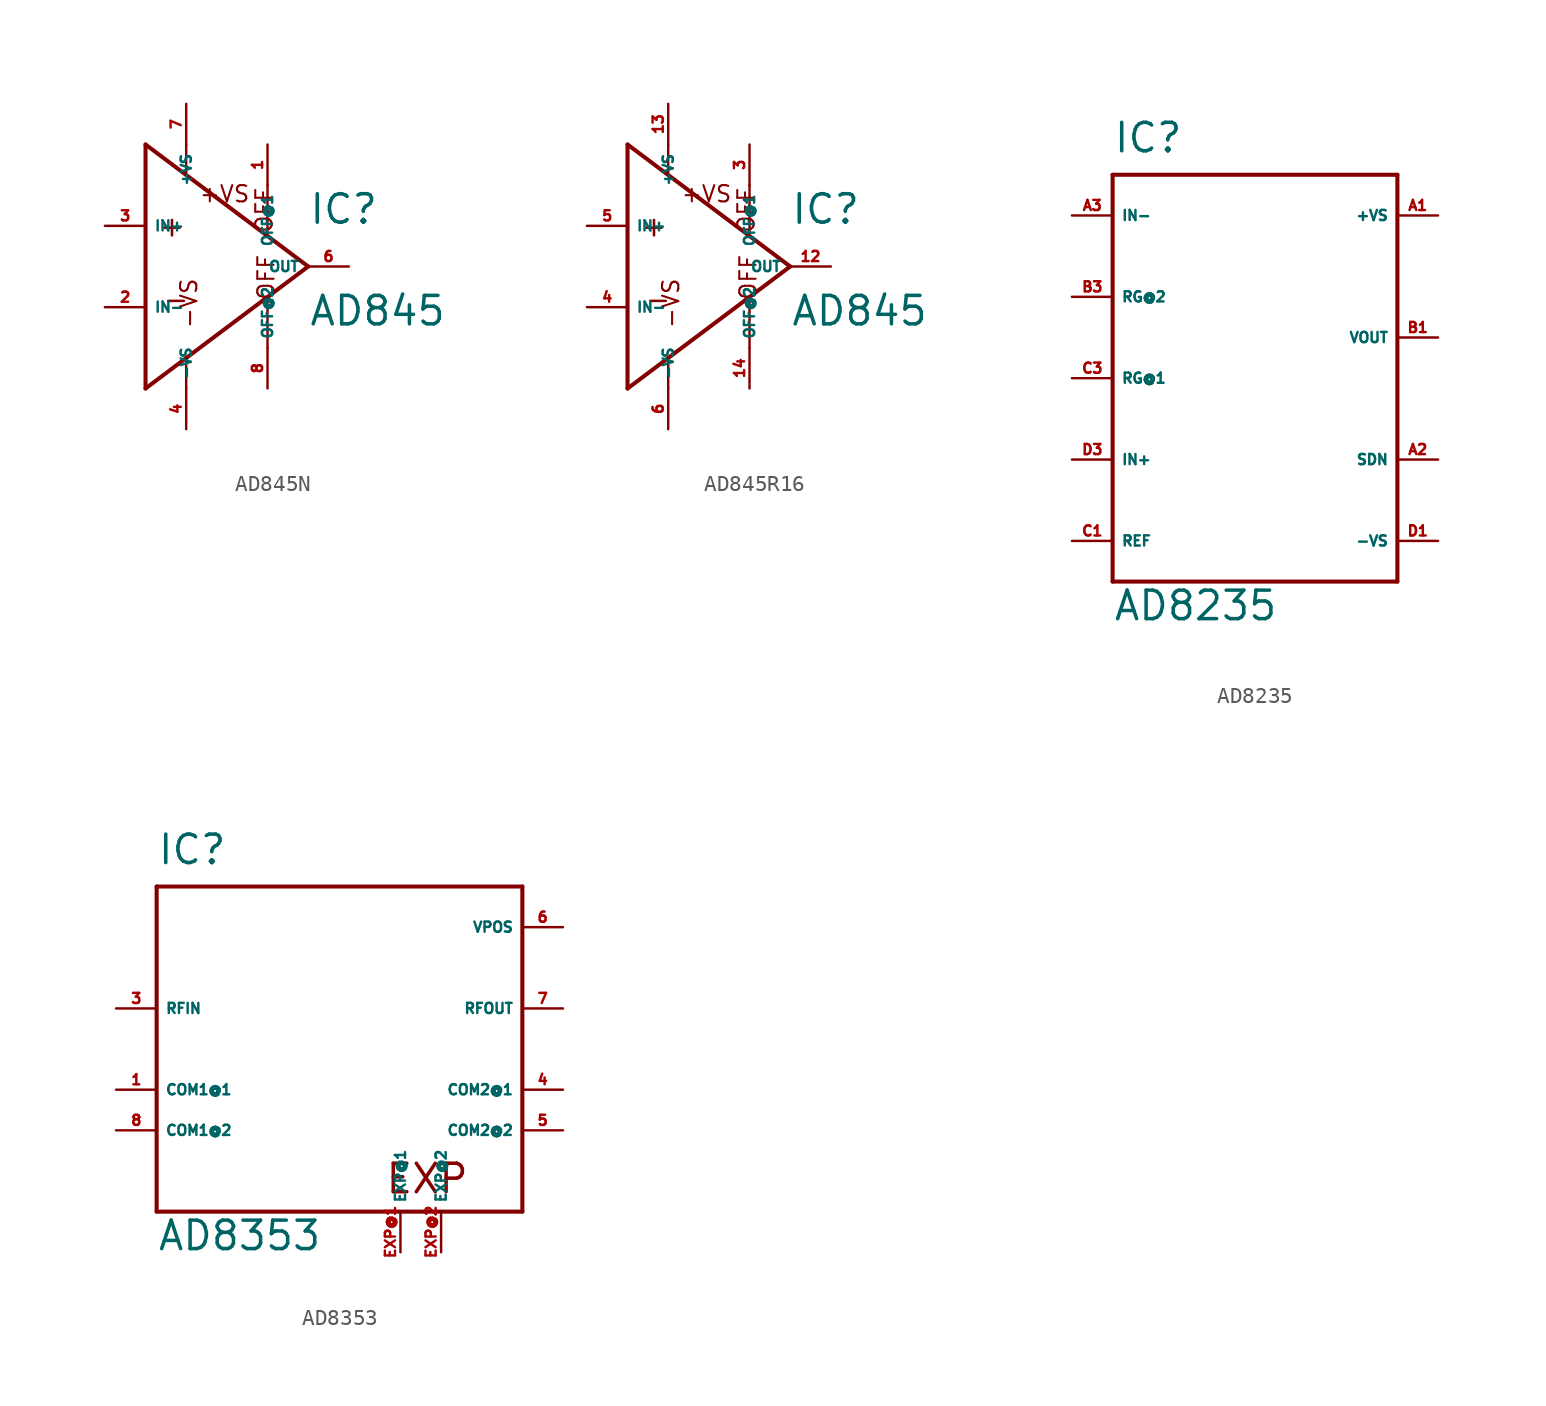
<source format=kicad_sym>
(kicad_symbol_lib
  (version 20220914)
  (generator Eagle2Kicad)
  (symbol "AD845N"
    (property "Reference" "IC"
      (at 7.62 2.54 0)
      (effects (font (size 1.778 1.778) (thickness 0.22)) (justify left bottom)))
    (property "Value" "AD845"
      (at 7.62 -3.81 0)
      (effects (font (size 1.778 1.778) (thickness 0.22)) (justify left bottom)))
    (polyline
      (pts (xy -2.54 7.62) (xy -2.54 -7.62))
      (stroke (width 0.254) (type default))
      (fill (type none)))
    (polyline
      (pts (xy -2.54 -7.62) (xy 7.62 0))
      (stroke (width 0.254) (type default))
      (fill (type none)))
    (polyline
      (pts (xy 7.62 0) (xy -2.54 7.62))
      (stroke (width 0.254) (type default))
      (fill (type none)))
    (polyline
      (pts (xy 5.08 5.08) (xy 5.08 2.032))
      (stroke (width 0.152) (type default))
      (fill (type none)))
    (polyline
      (pts (xy 5.08 -5.08) (xy 5.08 -2.032))
      (stroke (width 0.152) (type default))
      (fill (type none)))
    (polyline
      (pts (xy 0 5.842) (xy 0 7.62))
      (stroke (width 0.152) (type default))
      (fill (type none)))
    (polyline
      (pts (xy 0 -7.62) (xy 0 -5.842))
      (stroke (width 0.152) (type default))
      (fill (type none)))
    (text "+"
      (at -1.778 1.778 0)
      (effects (font (size 1.27 1.27) (thickness 0.16)) (justify left bottom)))
    (text "-"
      (at -1.524 -2.794 0)
      (effects (font (size 1.27 1.27) (thickness 0.16)) (justify left bottom)))
    (text "+VS"
      (at 0.762 3.937 0)
      (effects (font (size 1.016 1.016) (thickness 0.13)) (justify left bottom mirror)))
    (text "-VS"
      (at 0.762 -3.937 1800)
      (effects (font (size 1.016 1.016) (thickness 0.13)) (justify left bottom)))
    (text "OFF"
      (at 5.588 -2.159 2700)
      (effects (font (size 1.016 1.016) (thickness 0.13)) (justify left bottom)))
    (text "OFF"
      (at 5.461 2.032 900)
      (effects (font (size 1.016 1.016) (thickness 0.13)) (justify left bottom mirror)))
    (pin input line
      (at -5.08 2.54 0)
      (length 2.54)
      (name "IN+" (effects (font (size 0.635 0.635) (thickness 0.08)) (justify left bottom)))
      (number "3" (effects (font (size 0.635 0.635) (thickness 0.08)) (justify left bottom))))
    (pin input line
      (at -5.08 -2.54 0)
      (length 2.54)
      (name "IN-" (effects (font (size 0.635 0.635) (thickness 0.08)) (justify left bottom)))
      (number "2" (effects (font (size 0.635 0.635) (thickness 0.08)) (justify left bottom))))
    (pin output line
      (at 10.16 0 180)
      (length 2.54)
      (name "OUT" (effects (font (size 0.635 0.635) (thickness 0.08)) (justify left bottom)))
      (number "6" (effects (font (size 0.635 0.635) (thickness 0.08)) (justify left bottom))))
    (pin input line
      (at 0 -10.16 90)
      (length 2.54)
      (name "-VS" (effects (font (size 0.635 0.635) (thickness 0.08)) (justify left bottom)))
      (number "4" (effects (font (size 0.635 0.635) (thickness 0.08)) (justify left bottom))))
    (pin input line
      (at 0 10.16 270)
      (length 2.54)
      (name "+VS" (effects (font (size 0.635 0.635) (thickness 0.08)) (justify left bottom)))
      (number "7" (effects (font (size 0.635 0.635) (thickness 0.08)) (justify left bottom))))
    (pin passive line
      (at 5.08 7.62 270)
      (length 2.54)
      (name "OFF@1" (effects (font (size 0.635 0.635) (thickness 0.08)) (justify left bottom)))
      (number "1" (effects (font (size 0.635 0.635) (thickness 0.08)) (justify left bottom))))
    (pin passive line
      (at 5.08 -7.62 90)
      (length 2.54)
      (name "OFF@2" (effects (font (size 0.635 0.635) (thickness 0.08)) (justify left bottom)))
      (number "8" (effects (font (size 0.635 0.635) (thickness 0.08)) (justify left bottom)))))
  (symbol "AD845R16"
    (property "Reference" "IC"
      (at 7.62 2.54 0)
      (effects (font (size 1.778 1.778) (thickness 0.22)) (justify left bottom)))
    (property "Value" "AD845"
      (at 7.62 -3.81 0)
      (effects (font (size 1.778 1.778) (thickness 0.22)) (justify left bottom)))
    (polyline
      (pts (xy -2.54 7.62) (xy -2.54 -7.62))
      (stroke (width 0.254) (type default))
      (fill (type none)))
    (polyline
      (pts (xy -2.54 -7.62) (xy 7.62 0))
      (stroke (width 0.254) (type default))
      (fill (type none)))
    (polyline
      (pts (xy 7.62 0) (xy -2.54 7.62))
      (stroke (width 0.254) (type default))
      (fill (type none)))
    (polyline
      (pts (xy 5.08 5.08) (xy 5.08 2.032))
      (stroke (width 0.152) (type default))
      (fill (type none)))
    (polyline
      (pts (xy 5.08 -5.08) (xy 5.08 -2.032))
      (stroke (width 0.152) (type default))
      (fill (type none)))
    (polyline
      (pts (xy 0 5.842) (xy 0 7.62))
      (stroke (width 0.152) (type default))
      (fill (type none)))
    (polyline
      (pts (xy 0 -7.62) (xy 0 -5.842))
      (stroke (width 0.152) (type default))
      (fill (type none)))
    (text "+"
      (at -1.778 1.778 0)
      (effects (font (size 1.27 1.27) (thickness 0.16)) (justify left bottom)))
    (text "-"
      (at -1.524 -2.794 0)
      (effects (font (size 1.27 1.27) (thickness 0.16)) (justify left bottom)))
    (text "+VS"
      (at 0.762 3.937 0)
      (effects (font (size 1.016 1.016) (thickness 0.13)) (justify left bottom mirror)))
    (text "-VS"
      (at 0.762 -3.937 1800)
      (effects (font (size 1.016 1.016) (thickness 0.13)) (justify left bottom)))
    (text "OFF"
      (at 5.588 -2.159 2700)
      (effects (font (size 1.016 1.016) (thickness 0.13)) (justify left bottom)))
    (text "OFF"
      (at 5.461 2.032 900)
      (effects (font (size 1.016 1.016) (thickness 0.13)) (justify left bottom mirror)))
    (pin input line
      (at -5.08 2.54 0)
      (length 2.54)
      (name "IN+" (effects (font (size 0.635 0.635) (thickness 0.08)) (justify left bottom)))
      (number "5" (effects (font (size 0.635 0.635) (thickness 0.08)) (justify left bottom))))
    (pin input line
      (at -5.08 -2.54 0)
      (length 2.54)
      (name "IN-" (effects (font (size 0.635 0.635) (thickness 0.08)) (justify left bottom)))
      (number "4" (effects (font (size 0.635 0.635) (thickness 0.08)) (justify left bottom))))
    (pin output line
      (at 10.16 0 180)
      (length 2.54)
      (name "OUT" (effects (font (size 0.635 0.635) (thickness 0.08)) (justify left bottom)))
      (number "12" (effects (font (size 0.635 0.635) (thickness 0.08)) (justify left bottom))))
    (pin input line
      (at 0 -10.16 90)
      (length 2.54)
      (name "-VS" (effects (font (size 0.635 0.635) (thickness 0.08)) (justify left bottom)))
      (number "6" (effects (font (size 0.635 0.635) (thickness 0.08)) (justify left bottom))))
    (pin input line
      (at 0 10.16 270)
      (length 2.54)
      (name "+VS" (effects (font (size 0.635 0.635) (thickness 0.08)) (justify left bottom)))
      (number "13" (effects (font (size 0.635 0.635) (thickness 0.08)) (justify left bottom))))
    (pin passive line
      (at 5.08 7.62 270)
      (length 2.54)
      (name "OFF@1" (effects (font (size 0.635 0.635) (thickness 0.08)) (justify left bottom)))
      (number "3" (effects (font (size 0.635 0.635) (thickness 0.08)) (justify left bottom))))
    (pin passive line
      (at 5.08 -7.62 90)
      (length 2.54)
      (name "OFF@2" (effects (font (size 0.635 0.635) (thickness 0.08)) (justify left bottom)))
      (number "14" (effects (font (size 0.635 0.635) (thickness 0.08)) (justify left bottom)))))
  (symbol "AD8235"
    (property "Reference" "IC"
      (at -10.16 13.97 0)
      (effects (font (size 1.778 1.778) (thickness 0.22)) (justify left bottom)))
    (property "Value" "AD8235"
      (at -10.16 -15.24 0)
      (effects (font (size 1.778 1.778) (thickness 0.22)) (justify left bottom)))
    (polyline
      (pts (xy -10.16 12.7) (xy 7.62 12.7))
      (stroke (width 0.254) (type default))
      (fill (type none)))
    (polyline
      (pts (xy 7.62 12.7) (xy 7.62 -12.7))
      (stroke (width 0.254) (type default))
      (fill (type none)))
    (polyline
      (pts (xy 7.62 -12.7) (xy -10.16 -12.7))
      (stroke (width 0.254) (type default))
      (fill (type none)))
    (polyline
      (pts (xy -10.16 -12.7) (xy -10.16 12.7))
      (stroke (width 0.254) (type default))
      (fill (type none)))
    (pin input line
      (at -12.7 -10.16 0)
      (length 2.54)
      (name "REF" (effects (font (size 0.635 0.635) (thickness 0.08)) (justify left bottom)))
      (number "C1" (effects (font (size 0.635 0.635) (thickness 0.08)) (justify left bottom))))
    (pin input line
      (at -12.7 10.16 0)
      (length 2.54)
      (name "IN-" (effects (font (size 0.635 0.635) (thickness 0.08)) (justify left bottom)))
      (number "A3" (effects (font (size 0.635 0.635) (thickness 0.08)) (justify left bottom))))
    (pin input line
      (at -12.7 -5.08 0)
      (length 2.54)
      (name "IN+" (effects (font (size 0.635 0.635) (thickness 0.08)) (justify left bottom)))
      (number "D3" (effects (font (size 0.635 0.635) (thickness 0.08)) (justify left bottom))))
    (pin input line
      (at -12.7 0 0)
      (length 2.54)
      (name "RG@1" (effects (font (size 0.635 0.635) (thickness 0.08)) (justify left bottom)))
      (number "C3" (effects (font (size 0.635 0.635) (thickness 0.08)) (justify left bottom))))
    (pin input line
      (at -12.7 5.08 0)
      (length 2.54)
      (name "RG@2" (effects (font (size 0.635 0.635) (thickness 0.08)) (justify left bottom)))
      (number "B3" (effects (font (size 0.635 0.635) (thickness 0.08)) (justify left bottom))))
    (pin output line
      (at 10.16 2.54 180)
      (length 2.54)
      (name "VOUT" (effects (font (size 0.635 0.635) (thickness 0.08)) (justify left bottom)))
      (number "B1" (effects (font (size 0.635 0.635) (thickness 0.08)) (justify left bottom))))
    (pin unspecified line
      (at 10.16 10.16 180)
      (length 2.54)
      (name "+VS" (effects (font (size 0.635 0.635) (thickness 0.08)) (justify left bottom)))
      (number "A1" (effects (font (size 0.635 0.635) (thickness 0.08)) (justify left bottom))))
    (pin unspecified line
      (at 10.16 -10.16 180)
      (length 2.54)
      (name "-VS" (effects (font (size 0.635 0.635) (thickness 0.08)) (justify left bottom)))
      (number "D1" (effects (font (size 0.635 0.635) (thickness 0.08)) (justify left bottom))))
    (pin passive line
      (at 10.16 -5.08 180)
      (length 2.54)
      (name "SDN" (effects (font (size 0.635 0.635) (thickness 0.08)) (justify left bottom)))
      (number "A2" (effects (font (size 0.635 0.635) (thickness 0.08)) (justify left bottom)))))
  (symbol "AD8353"
    (property "Reference" "IC"
      (at -10.16 11.43 0)
      (effects (font (size 1.778 1.778) (thickness 0.22)) (justify left bottom)))
    (property "Value" "AD8353"
      (at -10.16 -12.7 0)
      (effects (font (size 1.778 1.778) (thickness 0.22)) (justify left bottom)))
    (polyline
      (pts (xy -10.16 -10.16) (xy 12.7 -10.16))
      (stroke (width 0.254) (type default))
      (fill (type none)))
    (polyline
      (pts (xy 12.7 -10.16) (xy 12.7 10.16))
      (stroke (width 0.254) (type default))
      (fill (type none)))
    (polyline
      (pts (xy 12.7 10.16) (xy -10.16 10.16))
      (stroke (width 0.254) (type default))
      (fill (type none)))
    (polyline
      (pts (xy -10.16 10.16) (xy -10.16 -10.16))
      (stroke (width 0.254) (type default))
      (fill (type none)))
    (text "EXP"
      (at 4.064 -9.144 0)
      (effects (font (size 1.778 1.778) (thickness 0.22)) (justify left bottom)))
    (pin input line
      (at -12.7 2.54 0)
      (length 2.54)
      (name "RFIN" (effects (font (size 0.635 0.635) (thickness 0.08)) (justify left bottom)))
      (number "3" (effects (font (size 0.635 0.635) (thickness 0.08)) (justify left bottom))))
    (pin input line
      (at -12.7 -2.54 0)
      (length 2.54)
      (name "COM1@1" (effects (font (size 0.635 0.635) (thickness 0.08)) (justify left bottom)))
      (number "1" (effects (font (size 0.635 0.635) (thickness 0.08)) (justify left bottom))))
    (pin input line
      (at 15.24 -2.54 180)
      (length 2.54)
      (name "COM2@1" (effects (font (size 0.635 0.635) (thickness 0.08)) (justify left bottom)))
      (number "4" (effects (font (size 0.635 0.635) (thickness 0.08)) (justify left bottom))))
    (pin output line
      (at 15.24 2.54 180)
      (length 2.54)
      (name "RFOUT" (effects (font (size 0.635 0.635) (thickness 0.08)) (justify left bottom)))
      (number "7" (effects (font (size 0.635 0.635) (thickness 0.08)) (justify left bottom))))
    (pin unspecified line
      (at 15.24 7.62 180)
      (length 2.54)
      (name "VPOS" (effects (font (size 0.635 0.635) (thickness 0.08)) (justify left bottom)))
      (number "6" (effects (font (size 0.635 0.635) (thickness 0.08)) (justify left bottom))))
    (pin input line
      (at -12.7 -5.08 0)
      (length 2.54)
      (name "COM1@2" (effects (font (size 0.635 0.635) (thickness 0.08)) (justify left bottom)))
      (number "8" (effects (font (size 0.635 0.635) (thickness 0.08)) (justify left bottom))))
    (pin input line
      (at 15.24 -5.08 180)
      (length 2.54)
      (name "COM2@2" (effects (font (size 0.635 0.635) (thickness 0.08)) (justify left bottom)))
      (number "5" (effects (font (size 0.635 0.635) (thickness 0.08)) (justify left bottom))))
    (pin input line
      (at 7.62 -12.7 90)
      (length 2.54)
      (name "EXP@2" (effects (font (size 0.635 0.635) (thickness 0.08)) (justify left bottom)))
      (number "EXP@2" (effects (font (size 0.635 0.635) (thickness 0.08)) (justify left bottom))))
    (pin input line
      (at 5.08 -12.7 90)
      (length 2.54)
      (name "EXP@1" (effects (font (size 0.635 0.635) (thickness 0.08)) (justify left bottom)))
      (number "EXP@1" (effects (font (size 0.635 0.635) (thickness 0.08)) (justify left bottom))))))
</source>
